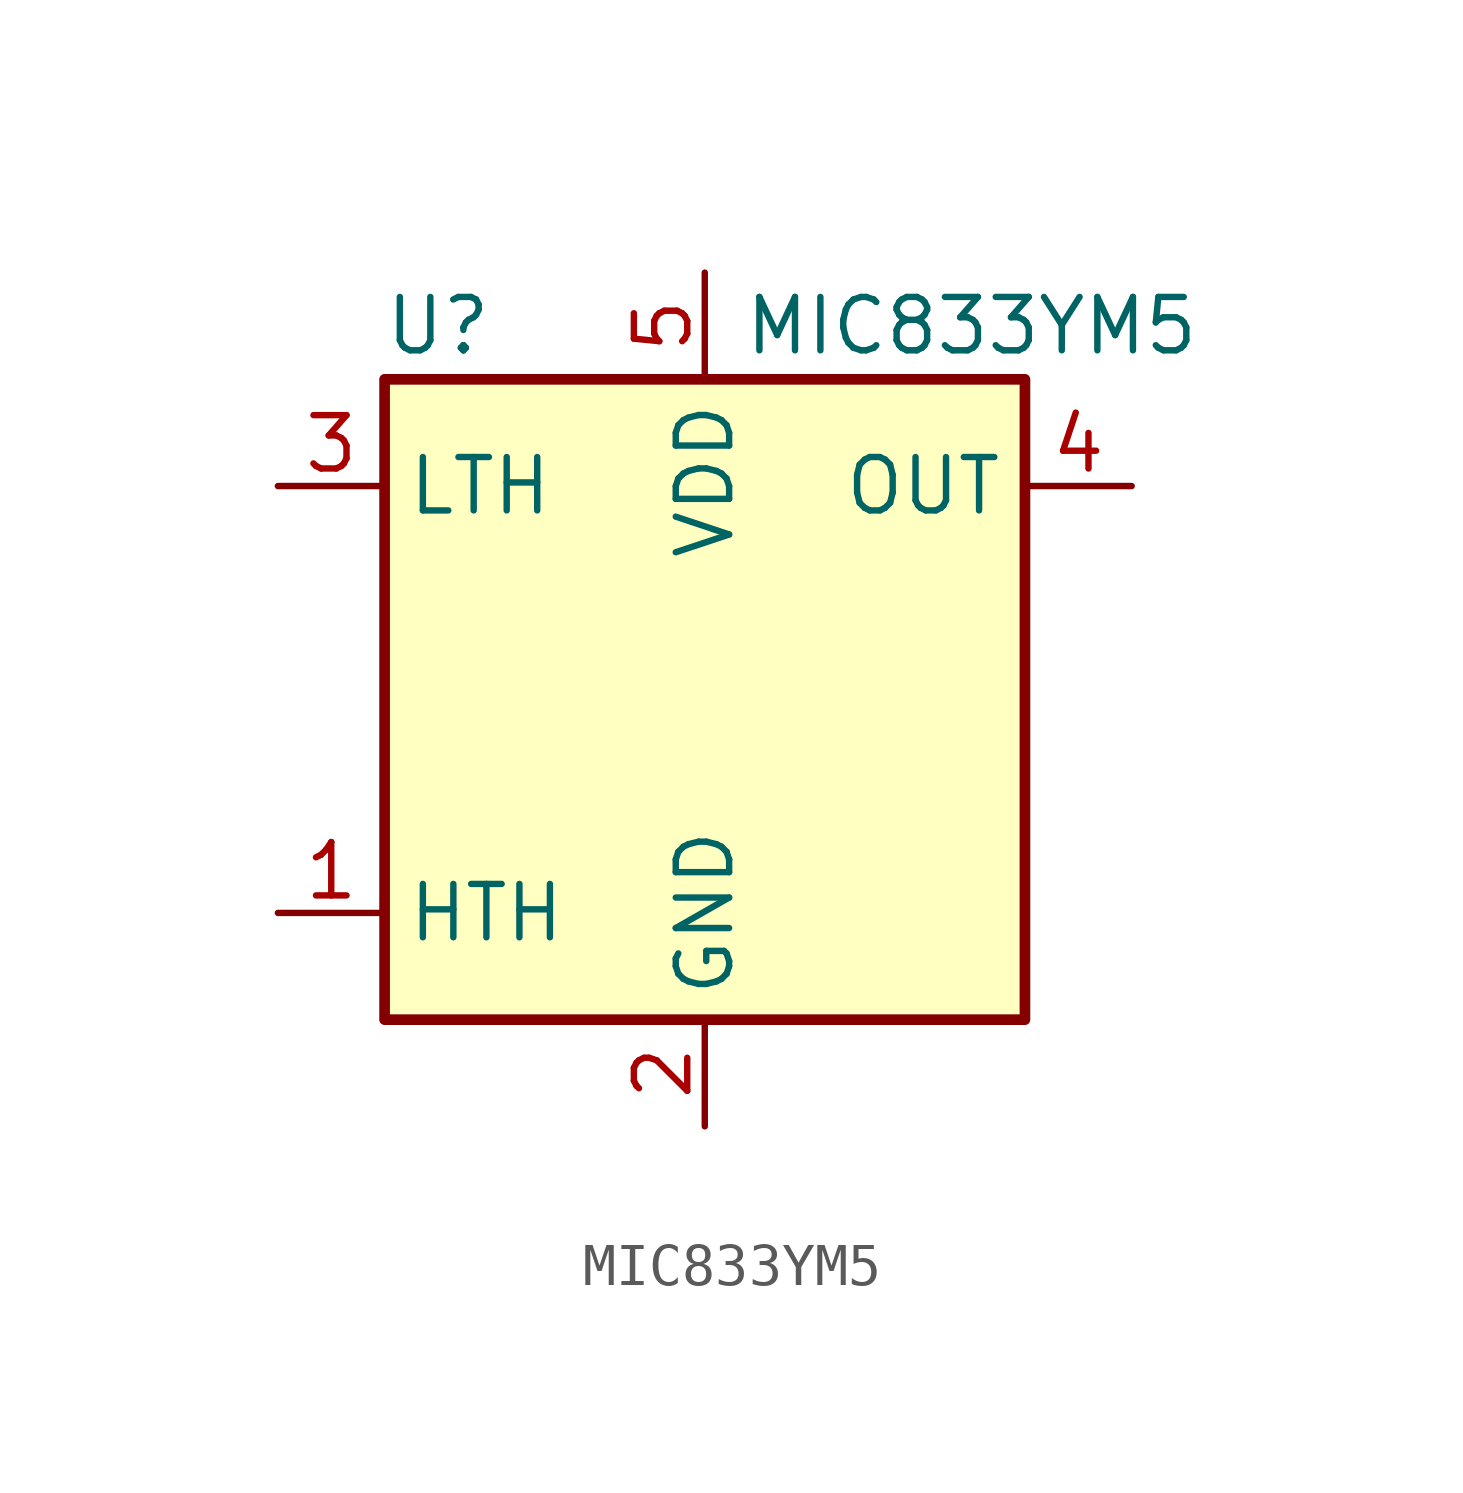
<source format=kicad_sym>
(kicad_symbol_lib
  (version 20211014)
  (generator kicad_symbol_editor)
  (symbol "MIC833YM5"
    (property "Reference" "U"
      (at -6.35 8.89 0)
      (effects (font (size 1.27 1.27))))
    (property "Value" "MIC833YM5"
      (at 6.35 8.89 0)
      (effects (font (size 1.27 1.27))))
    (symbol "MIC833YM5_0_1"
      (rectangle (start -7.62 7.62) (end 7.62 -7.62) (stroke (width 0.254) (type default) (color 0 0 0 0)) (fill (type background))))
    (symbol "MIC833YM5_1_1"
      (pin passive line (at -10.16 -5.08 0) (length 2.54) (name "HTH" (effects (font (size 1.27 1.27)))) (number "1" (effects (font (size 1.27 1.27)))))
      (pin power_in line (at 0 -10.16 90) (length 2.54) (name "GND" (effects (font (size 1.27 1.27)))) (number "2" (effects (font (size 1.27 1.27)))))
      (pin passive line (at -10.16 5.08 0) (length 2.54) (name "LTH" (effects (font (size 1.27 1.27)))) (number "3" (effects (font (size 1.27 1.27)))))
      (pin output line (at 10.16 5.08 180) (length 2.54) (name "OUT" (effects (font (size 1.27 1.27)))) (number "4" (effects (font (size 1.27 1.27)))))
      (pin power_in line (at 0 10.16 270) (length 2.54) (name "VDD" (effects (font (size 1.27 1.27)))) (number "5" (effects (font (size 1.27 1.27))))))))
</source>
